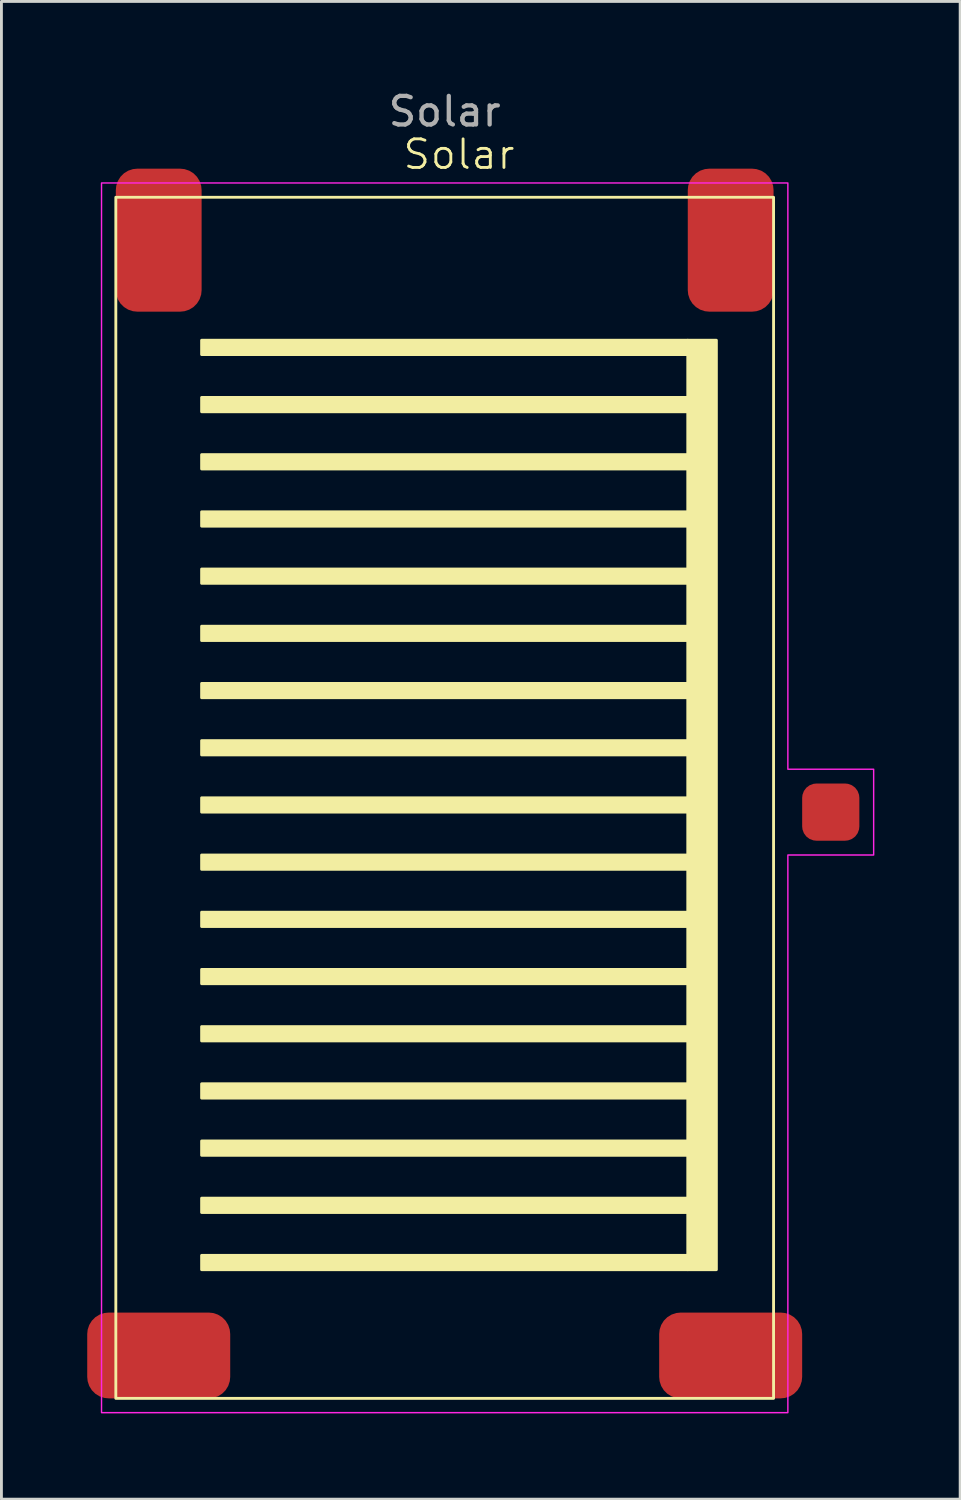
<source format=kicad_pcb>
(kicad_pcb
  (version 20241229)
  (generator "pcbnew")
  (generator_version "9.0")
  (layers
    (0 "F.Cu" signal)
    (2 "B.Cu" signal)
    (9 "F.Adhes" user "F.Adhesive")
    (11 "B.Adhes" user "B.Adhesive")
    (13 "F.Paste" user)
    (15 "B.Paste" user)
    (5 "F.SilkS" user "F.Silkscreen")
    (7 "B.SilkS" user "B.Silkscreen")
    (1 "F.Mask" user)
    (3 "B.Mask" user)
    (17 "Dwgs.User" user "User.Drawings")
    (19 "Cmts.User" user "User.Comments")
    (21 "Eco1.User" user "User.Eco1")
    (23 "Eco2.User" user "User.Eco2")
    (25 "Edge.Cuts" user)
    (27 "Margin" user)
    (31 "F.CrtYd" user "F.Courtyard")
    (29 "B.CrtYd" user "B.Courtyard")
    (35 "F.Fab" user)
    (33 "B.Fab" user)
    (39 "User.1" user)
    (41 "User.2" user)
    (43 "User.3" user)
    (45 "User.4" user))
  (footprint "Solar"
    (layer "F.Cu")
    (at 3 45.348)
    (property "Reference" "Solar" (at 10 -43 0) (unlocked yes) (layer "F.SilkS") (effects (font (size 1 1) (thickness 0.1))))
    (attr smd)
    (fp_rect (start -2 -41.5) (end 21 0.5) (stroke (width 0.1) (type default)) (fill no) (layer "F.SilkS"))
    (fp_rect (start 1 -36.5) (end 18 -36) (stroke (width 0.1) (type default)) (fill yes) (layer "F.SilkS"))
    (fp_rect (start 1 -34.5) (end 18 -34) (stroke (width 0.1) (type default)) (fill yes) (layer "F.SilkS"))
    (fp_rect (start 1 -32.5) (end 18 -32) (stroke (width 0.1) (type default)) (fill yes) (layer "F.SilkS"))
    (fp_rect (start 1 -30.5) (end 18 -30) (stroke (width 0.1) (type default)) (fill yes) (layer "F.SilkS"))
    (fp_rect (start 1 -28.5) (end 18 -28) (stroke (width 0.1) (type default)) (fill yes) (layer "F.SilkS"))
    (fp_rect (start 1 -26.5) (end 18 -26) (stroke (width 0.1) (type default)) (fill yes) (layer "F.SilkS"))
    (fp_rect (start 1 -24.5) (end 18 -24) (stroke (width 0.1) (type default)) (fill yes) (layer "F.SilkS"))
    (fp_rect (start 1 -22.5) (end 18 -22) (stroke (width 0.1) (type default)) (fill yes) (layer "F.SilkS"))
    (fp_rect (start 1 -20.5) (end 18 -20) (stroke (width 0.1) (type default)) (fill yes) (layer "F.SilkS"))
    (fp_rect (start 1 -18.5) (end 18 -18) (stroke (width 0.1) (type default)) (fill yes) (layer "F.SilkS"))
    (fp_rect (start 1 -16.5) (end 18 -16) (stroke (width 0.1) (type default)) (fill yes) (layer "F.SilkS"))
    (fp_rect (start 1 -14.5) (end 18 -14) (stroke (width 0.1) (type default)) (fill yes) (layer "F.SilkS"))
    (fp_rect (start 1 -12.5) (end 18 -12) (stroke (width 0.1) (type default)) (fill yes) (layer "F.SilkS"))
    (fp_rect (start 1 -10.5) (end 18 -10) (stroke (width 0.1) (type default)) (fill yes) (layer "F.SilkS"))
    (fp_rect (start 1 -8.5) (end 18 -8) (stroke (width 0.1) (type default)) (fill yes) (layer "F.SilkS"))
    (fp_rect (start 1 -6.5) (end 18 -6) (stroke (width 0.1) (type default)) (fill yes) (layer "F.SilkS"))
    (fp_rect (start 1 -4.5) (end 18 -4) (stroke (width 0.1) (type default)) (fill yes) (layer "F.SilkS"))
    (fp_rect (start 18 -36.5) (end 19 -4) (stroke (width 0.1) (type default)) (fill yes) (layer "F.SilkS"))
    (fp_poly (pts (xy 21.5 -21.5) (xy 24.5 -21.5) (xy 24.5 -18.5) (xy 21.5 -18.5) (xy 21.5 1) (xy -2.5 1) (xy -2.5 -42) (xy 21.5 -42)) (stroke (width 0.05) (type default)) (fill no) (layer "F.CrtYd"))
    (fp_text user "${REFERENCE}" (at 9.5 -44.5 0) (unlocked yes) (layer "F.Fab") (effects (font (size 1 1) (thickness 0.15))))
    (pad "1" smd roundrect (at -0.5 -40) (size 3 5) (layers "F.Cu" "F.Mask" "F.Paste") (roundrect_rratio 0.25))
    (pad "1" smd roundrect (at -0.5 -1) (size 5 3) (layers "F.Cu" "F.Mask" "F.Paste") (roundrect_rratio 0.25))
    (pad "1" smd roundrect (at 19.5 -40) (size 3 5) (layers "F.Cu" "F.Mask" "F.Paste") (roundrect_rratio 0.25))
    (pad "1" smd roundrect (at 19.5 -1) (size 5 3) (layers "F.Cu" "F.Mask" "F.Paste") (roundrect_rratio 0.25))
    (pad "2" smd roundrect (at 23 -20) (size 2 2) (layers "F.Cu" "F.Mask" "F.Paste") (roundrect_rratio 0.25)))
  (gr_rect
    (start -3 -3)
    (end 30.525 49.373)
    (stroke (width 0.1) (type default))
    (fill no)
    (layer "Edge.Cuts")))
</source>
